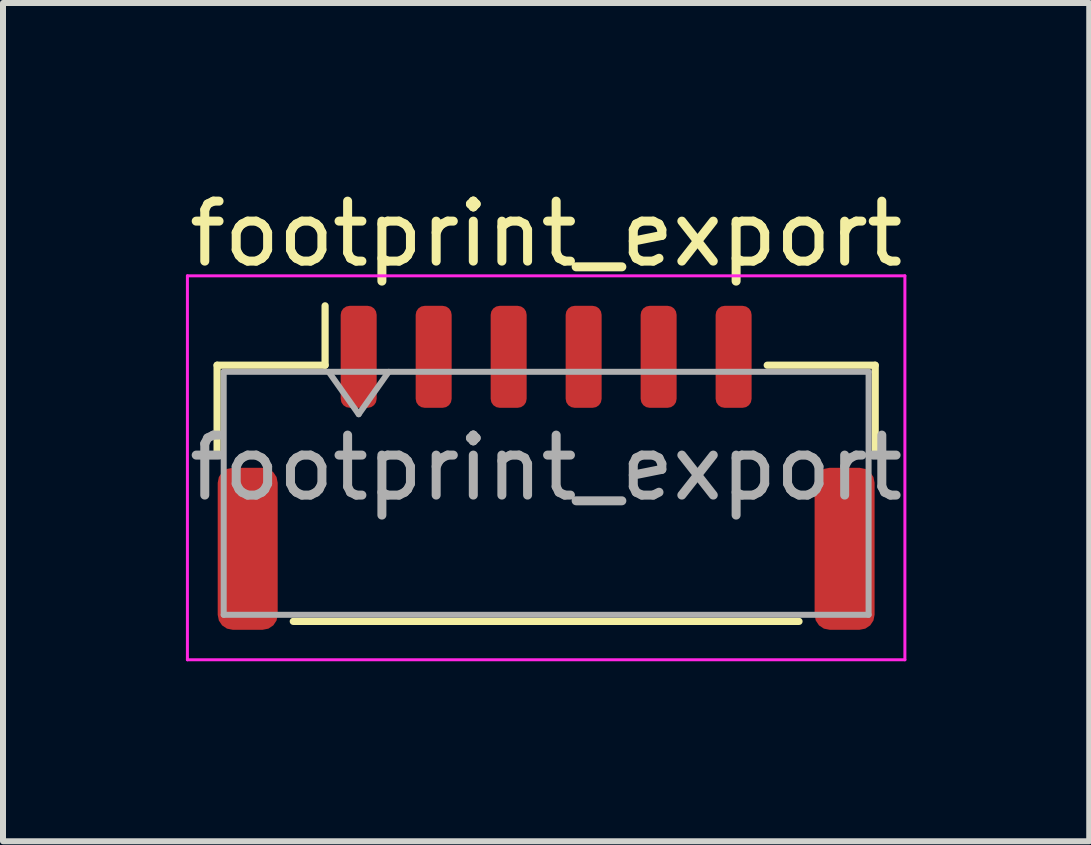
<source format=kicad_pcb>
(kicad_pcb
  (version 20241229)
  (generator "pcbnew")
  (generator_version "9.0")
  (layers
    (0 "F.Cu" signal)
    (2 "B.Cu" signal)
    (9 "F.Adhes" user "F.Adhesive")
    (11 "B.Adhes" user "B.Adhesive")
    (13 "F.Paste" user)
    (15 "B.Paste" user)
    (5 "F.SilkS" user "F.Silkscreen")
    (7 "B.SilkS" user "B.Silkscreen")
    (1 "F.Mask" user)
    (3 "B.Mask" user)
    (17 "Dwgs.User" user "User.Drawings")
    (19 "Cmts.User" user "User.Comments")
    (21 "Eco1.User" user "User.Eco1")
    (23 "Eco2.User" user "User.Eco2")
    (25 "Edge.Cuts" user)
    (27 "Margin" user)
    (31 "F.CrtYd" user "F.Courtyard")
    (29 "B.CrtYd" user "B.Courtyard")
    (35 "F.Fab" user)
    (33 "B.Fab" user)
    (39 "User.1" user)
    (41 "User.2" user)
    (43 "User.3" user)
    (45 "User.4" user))
  (footprint "footprint_export"
    (layer "F.Cu")
    (at 6.054 4.748)
    (property "Reference" "footprint_export" (at 0 -3.9 0) (layer "F.SilkS") (effects (font (size 1 1) (thickness 0.15))))
    (attr smd)
    (fp_line (start -5.485 -1.71) (end -3.685 -1.71) (stroke (width 0.12) (type solid)) (layer "F.SilkS"))
    (fp_line (start -5.485 -0.26) (end -5.485 -1.71) (stroke (width 0.12) (type solid)) (layer "F.SilkS"))
    (fp_line (start -4.215 2.56) (end 4.215 2.56) (stroke (width 0.12) (type solid)) (layer "F.SilkS"))
    (fp_line (start -3.685 -1.71) (end -3.685 -2.7) (stroke (width 0.12) (type solid)) (layer "F.SilkS"))
    (fp_line (start 5.485 -1.71) (end 3.685 -1.71) (stroke (width 0.12) (type solid)) (layer "F.SilkS"))
    (fp_line (start 5.485 -0.26) (end 5.485 -1.71) (stroke (width 0.12) (type solid)) (layer "F.SilkS"))
    (fp_line (start -5.98 -3.2) (end -5.98 3.2) (stroke (width 0.05) (type solid)) (layer "F.CrtYd"))
    (fp_line (start -5.98 3.2) (end 5.98 3.2) (stroke (width 0.05) (type solid)) (layer "F.CrtYd"))
    (fp_line (start 5.98 -3.2) (end -5.98 -3.2) (stroke (width 0.05) (type solid)) (layer "F.CrtYd"))
    (fp_line (start 5.98 3.2) (end 5.98 -3.2) (stroke (width 0.05) (type solid)) (layer "F.CrtYd"))
    (fp_line (start -5.375 -1.6) (end -5.375 2.45) (stroke (width 0.1) (type solid)) (layer "F.Fab"))
    (fp_line (start -5.375 -1.6) (end 5.375 -1.6) (stroke (width 0.1) (type solid)) (layer "F.Fab"))
    (fp_line (start -5.375 2.45) (end 5.375 2.45) (stroke (width 0.1) (type solid)) (layer "F.Fab"))
    (fp_line (start -3.625 -1.6) (end -3.125 -0.893) (stroke (width 0.1) (type solid)) (layer "F.Fab"))
    (fp_line (start -3.125 -0.893) (end -2.625 -1.6) (stroke (width 0.1) (type solid)) (layer "F.Fab"))
    (fp_line (start 5.375 -1.6) (end 5.375 2.45) (stroke (width 0.1) (type solid)) (layer "F.Fab"))
    (fp_text user "${REFERENCE}" (at 0 0 0) (layer "F.Fab") (effects (font (size 1 1) (thickness 0.15))))
    (pad "1" smd roundrect (at -3.125 -1.85) (size 0.6 1.7) (layers "F.Cu" "F.Mask" "F.Paste") (roundrect_rratio 0.25))
    (pad "2" smd roundrect (at -1.875 -1.85) (size 0.6 1.7) (layers "F.Cu" "F.Mask" "F.Paste") (roundrect_rratio 0.25))
    (pad "3" smd roundrect (at -0.625 -1.85) (size 0.6 1.7) (layers "F.Cu" "F.Mask" "F.Paste") (roundrect_rratio 0.25))
    (pad "4" smd roundrect (at 0.625 -1.85) (size 0.6 1.7) (layers "F.Cu" "F.Mask" "F.Paste") (roundrect_rratio 0.25))
    (pad "5" smd roundrect (at 1.875 -1.85) (size 0.6 1.7) (layers "F.Cu" "F.Mask" "F.Paste") (roundrect_rratio 0.25))
    (pad "6" smd roundrect (at 3.125 -1.85) (size 0.6 1.7) (layers "F.Cu" "F.Mask" "F.Paste") (roundrect_rratio 0.25))
    (pad "MP" smd roundrect (at -4.975 1.35) (size 1 2.7) (layers "F.Cu" "F.Mask" "F.Paste") (roundrect_rratio 0.25))
    (pad "MP" smd roundrect (at 4.975 1.35) (size 1 2.7) (layers "F.Cu" "F.Mask" "F.Paste") (roundrect_rratio 0.25)))
  (gr_rect
    (start -3 -3)
    (end 15.107 10.973)
    (stroke (width 0.1) (type default))
    (fill no)
    (layer "Edge.Cuts")))
</source>
